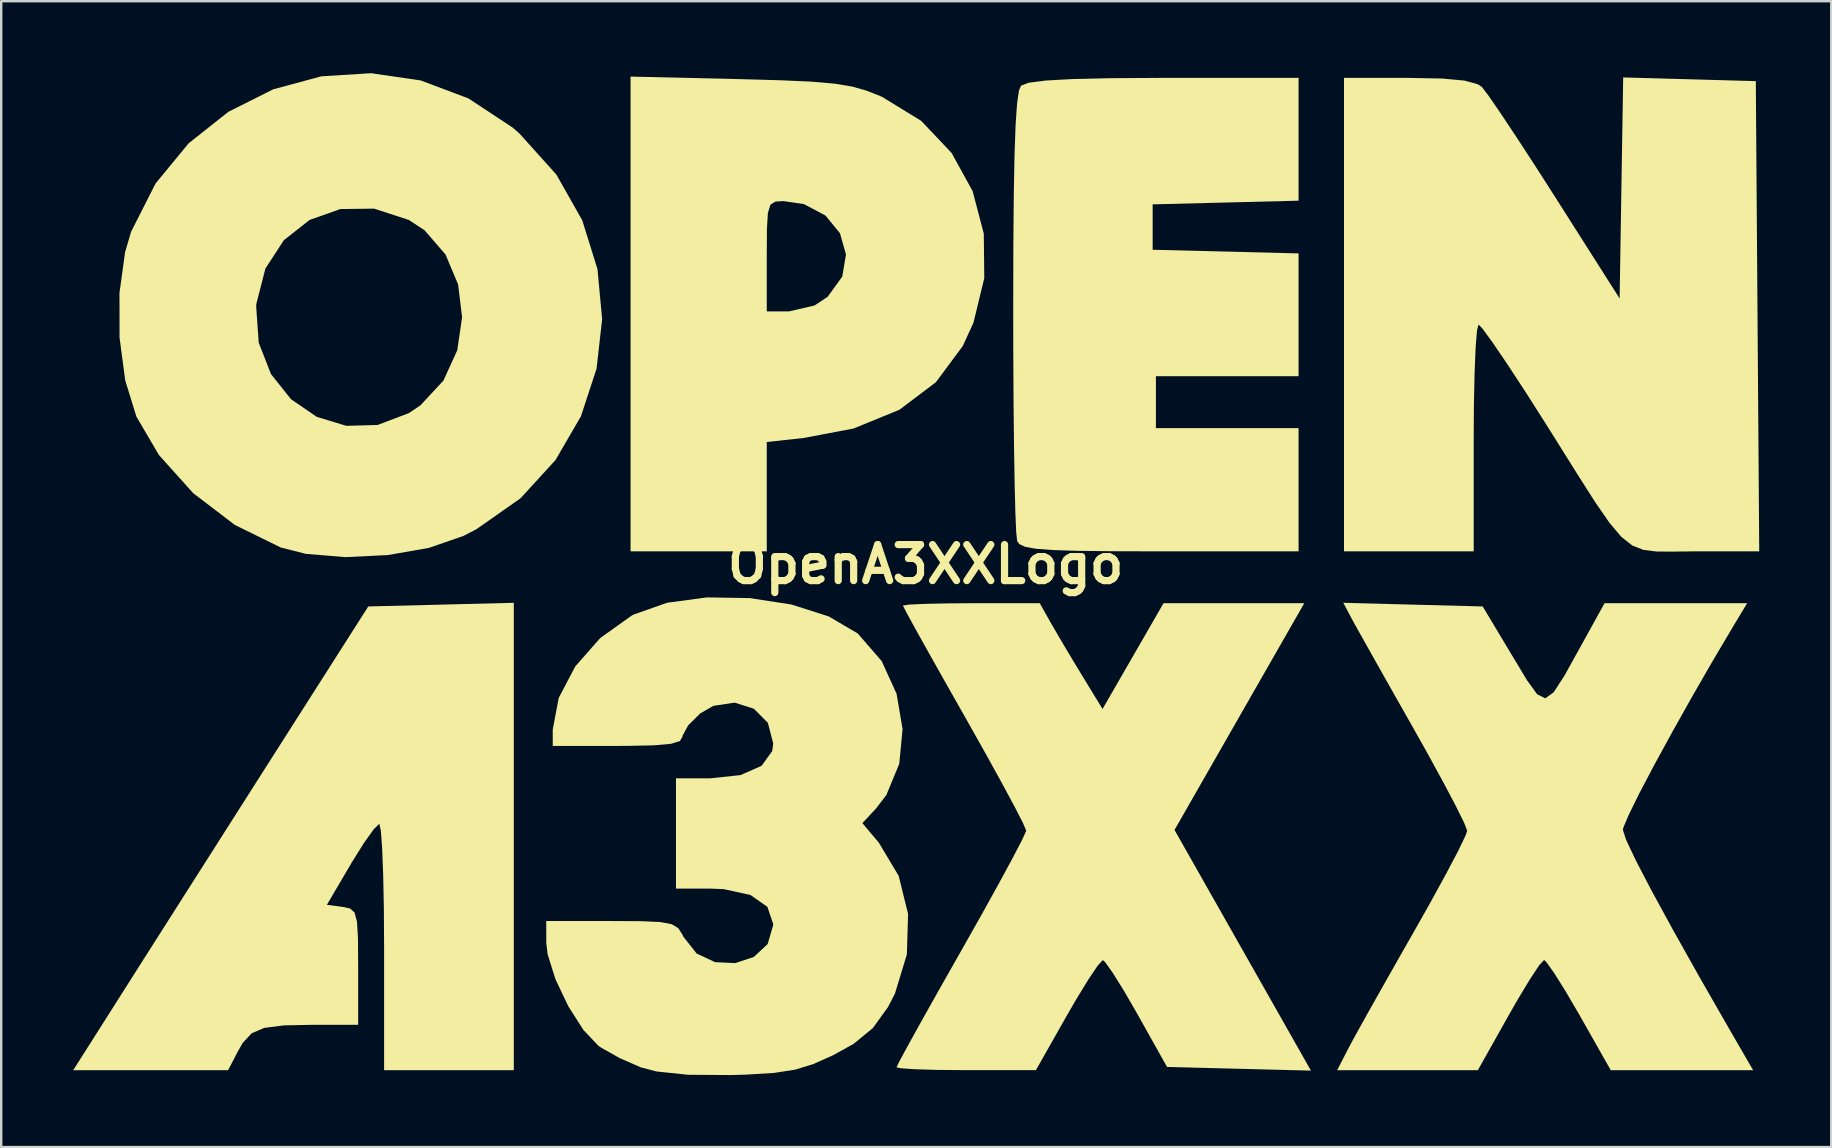
<source format=kicad_pcb>
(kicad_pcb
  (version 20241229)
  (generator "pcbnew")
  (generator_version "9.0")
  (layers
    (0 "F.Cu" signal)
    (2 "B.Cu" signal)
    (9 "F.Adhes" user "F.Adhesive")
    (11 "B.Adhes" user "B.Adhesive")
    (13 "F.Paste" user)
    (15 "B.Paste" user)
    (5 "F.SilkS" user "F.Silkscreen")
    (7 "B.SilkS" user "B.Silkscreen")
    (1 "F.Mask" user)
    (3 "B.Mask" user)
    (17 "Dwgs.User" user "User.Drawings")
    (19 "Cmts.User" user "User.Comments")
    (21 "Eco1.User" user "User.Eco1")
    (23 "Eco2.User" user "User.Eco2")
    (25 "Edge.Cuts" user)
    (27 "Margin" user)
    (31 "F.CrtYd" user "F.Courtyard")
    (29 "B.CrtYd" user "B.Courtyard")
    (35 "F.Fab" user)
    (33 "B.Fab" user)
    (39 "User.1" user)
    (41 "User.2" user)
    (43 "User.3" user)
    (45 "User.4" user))
  (footprint "OpenA3XXLogo"
    (layer "F.Cu")
    (at 35.516 20.461)
    (property "Reference" "OpenA3XXLogo" (at 0 0 0) (layer "F.SilkS") (effects (font (size 1.5 1.5) (thickness 0.3))))
    (attr board_only exclude_from_pos_files exclude_from_bom)
    (fp_poly (pts (xy -17.159 11.34) (xy -17.159 21.077) (xy -19.861 21.077) (xy -22.563 21.077) (xy -22.563 15.943) (xy -22.573 14.344) (xy -22.601 12.95) (xy -22.644 11.841) (xy -22.698 11.102) (xy -22.761 10.815) (xy -22.765 10.814) (xy -22.991 11.033) (xy -23.398 11.604) (xy -23.903 12.41) (xy -23.957 12.503) (xy -24.947 14.186) (xy -24.295 14.272) (xy -23.986 14.338) (xy -23.794 14.508) (xy -23.692 14.892) (xy -23.651 15.596) (xy -23.644 16.73) (xy -23.644 16.771) (xy -23.644 19.185) (xy -25.513 19.185) (xy -26.742 19.21) (xy -27.557 19.314) (xy -28.085 19.541) (xy -28.452 19.937) (xy -28.659 20.299) (xy -29.062 21.077) (xy -32.289 21.077) (xy -35.516 21.077) (xy -33.501 17.902) (xy -32.799 16.795) (xy -31.87 15.335) (xy -30.78 13.621) (xy -29.592 11.755) (xy -28.372 9.838) (xy -27.355 8.241) (xy -23.223 1.756) (xy -20.191 1.68) (xy -17.159 1.604)) (stroke (width 0) (type solid)) (fill yes) (layer "F.SilkS"))
    (fp_poly (pts (xy 31.824 -20.208) (xy 34.587 -20.131) (xy 34.658 -10.336) (xy 34.729 -0.54) (xy 32.043 -0.54) (xy 31.148 -0.53) (xy 30.456 -0.532) (xy 29.905 -0.601) (xy 29.435 -0.786) (xy 28.986 -1.142) (xy 28.497 -1.72) (xy 27.906 -2.572) (xy 27.155 -3.751) (xy 26.181 -5.308) (xy 25.805 -5.905) (xy 24.969 -7.217) (xy 24.223 -8.355) (xy 23.619 -9.244) (xy 23.204 -9.813) (xy 23.036 -9.99) (xy 22.97 -9.737) (xy 22.913 -9.03) (xy 22.869 -7.954) (xy 22.841 -6.598) (xy 22.833 -5.269) (xy 22.833 -0.54) (xy 20.131 -0.54) (xy 17.429 -0.54) (xy 17.429 -10.403) (xy 17.429 -20.266) (xy 20.112 -20.266) (xy 21.517 -20.239) (xy 22.459 -20.152) (xy 23.015 -19.996) (xy 23.176 -19.885) (xy 23.438 -19.542) (xy 23.934 -18.822) (xy 24.611 -17.804) (xy 25.415 -16.57) (xy 26.235 -15.29) (xy 28.913 -11.076) (xy 28.987 -15.68) (xy 29.061 -20.285)) (stroke (width 0) (type solid)) (fill yes) (layer "F.SilkS"))
    (fp_poly (pts (xy -7.769 -20.215) (xy -6.047 -20.167) (xy -4.761 -20.109) (xy -3.807 -20.027) (xy -3.08 -19.908) (xy -2.475 -19.739) (xy -1.889 -19.507) (xy -1.814 -19.474) (xy -0.186 -18.476) (xy 1.081 -17.138) (xy 1.959 -15.543) (xy 2.422 -13.776) (xy 2.442 -11.922) (xy 1.991 -10.064) (xy 1.546 -9.095) (xy 0.427 -7.587) (xy -1.092 -6.44) (xy -3.007 -5.657) (xy -5.066 -5.266) (xy -6.62 -5.095) (xy -6.62 -2.818) (xy -6.62 -0.54) (xy -9.457 -0.54) (xy -12.295 -0.54) (xy -12.295 -10.43) (xy -12.295 -12.835) (xy -6.62 -12.835) (xy -6.62 -10.538) (xy -5.69 -10.538) (xy -4.628 -10.784) (xy -4.083 -11.146) (xy -3.474 -11.99) (xy -3.32 -12.909) (xy -3.57 -13.793) (xy -4.173 -14.53) (xy -5.075 -15.009) (xy -5.931 -15.132) (xy -6.265 -15.112) (xy -6.468 -14.982) (xy -6.574 -14.634) (xy -6.614 -13.962) (xy -6.62 -12.858) (xy -6.62 -12.835) (xy -12.295 -12.835) (xy -12.295 -20.32)) (stroke (width 0) (type solid)) (fill yes) (layer "F.SilkS"))
    (fp_poly (pts (xy 15.537 -17.708) (xy 15.537 -15.15) (xy 12.497 -15.073) (xy 9.457 -14.997) (xy 9.457 -14.051) (xy 9.457 -13.105) (xy 12.497 -13.029) (xy 15.537 -12.953) (xy 15.537 -10.394) (xy 15.537 -7.836) (xy 12.565 -7.836) (xy 9.593 -7.836) (xy 9.593 -6.755) (xy 9.593 -5.674) (xy 12.565 -5.674) (xy 15.537 -5.674) (xy 15.537 -3.107) (xy 15.537 -0.54) (xy 9.757 -0.54) (xy 7.82 -0.545) (xy 6.357 -0.561) (xy 5.301 -0.594) (xy 4.585 -0.649) (xy 4.141 -0.73) (xy 3.903 -0.842) (xy 3.812 -0.968) (xy 3.773 -1.332) (xy 3.737 -2.171) (xy 3.706 -3.417) (xy 3.68 -5.005) (xy 3.661 -6.868) (xy 3.65 -8.941) (xy 3.648 -10.506) (xy 3.653 -13.178) (xy 3.671 -15.346) (xy 3.702 -17.049) (xy 3.748 -18.323) (xy 3.809 -19.207) (xy 3.888 -19.738) (xy 3.972 -19.942) (xy 4.288 -20.063) (xy 4.986 -20.154) (xy 6.105 -20.217) (xy 7.685 -20.253) (xy 9.763 -20.266) (xy 9.917 -20.266) (xy 15.537 -20.266)) (stroke (width 0) (type solid)) (fill yes) (layer "F.SilkS"))
    (fp_poly (pts (xy -21.039 -20.16) (xy -19.048 -19.41) (xy -17.205 -18.194) (xy -16.925 -17.95) (xy -15.387 -16.239) (xy -14.307 -14.332) (xy -13.674 -12.301) (xy -13.479 -10.216) (xy -13.712 -8.148) (xy -14.362 -6.168) (xy -15.421 -4.346) (xy -16.878 -2.752) (xy -18.724 -1.458) (xy -19.262 -1.181) (xy -20.698 -0.684) (xy -22.402 -0.386) (xy -24.177 -0.299) (xy -25.822 -0.436) (xy -26.865 -0.699) (xy -28.782 -1.64) (xy -30.516 -2.963) (xy -31.947 -4.556) (xy -32.884 -6.156) (xy -33.348 -7.658) (xy -33.585 -9.443) (xy -33.587 -10.752) (xy -27.894 -10.752) (xy -27.787 -9.233) (xy -27.276 -7.926) (xy -26.444 -6.88) (xy -25.372 -6.145) (xy -24.142 -5.77) (xy -22.835 -5.805) (xy -21.534 -6.298) (xy -21.05 -6.622) (xy -20.092 -7.654) (xy -19.516 -8.915) (xy -19.314 -10.288) (xy -19.479 -11.658) (xy -20.004 -12.908) (xy -20.881 -13.921) (xy -21.537 -14.349) (xy -22.98 -14.819) (xy -24.388 -14.801) (xy -25.67 -14.346) (xy -26.74 -13.503) (xy -27.508 -12.322) (xy -27.885 -10.855) (xy -27.894 -10.752) (xy -33.587 -10.752) (xy -33.589 -11.297) (xy -33.354 -13.008) (xy -33.104 -13.857) (xy -32.084 -15.868) (xy -30.709 -17.539) (xy -29.052 -18.852) (xy -27.185 -19.789) (xy -25.18 -20.331) (xy -23.107 -20.461)) (stroke (width 0) (type solid)) (fill yes) (layer "F.SilkS"))
    (fp_poly (pts (xy 5.214 2.438) (xy 5.617 3.133) (xy 6.159 4.042) (xy 6.522 4.64) (xy 7.369 6.027) (xy 8.64 3.824) (xy 9.91 1.621) (xy 12.842 1.621) (xy 15.774 1.621) (xy 13.071 6.344) (xy 10.368 11.067) (xy 13.21 16.081) (xy 16.052 21.094) (xy 13.054 21.018) (xy 10.056 20.941) (xy 8.811 18.719) (xy 8.254 17.756) (xy 7.783 17.002) (xy 7.466 16.561) (xy 7.381 16.49) (xy 7.178 16.707) (xy 6.78 17.296) (xy 6.255 18.156) (xy 5.895 18.778) (xy 4.594 21.073) (xy 1.689 21.075) (xy 0.509 21.065) (xy -0.44 21.037) (xy -1.049 20.996) (xy -1.216 20.956) (xy -1.088 20.695) (xy -0.732 20.038) (xy -0.188 19.056) (xy 0.505 17.821) (xy 1.307 16.406) (xy 1.486 16.091) (xy 2.307 14.638) (xy 3.027 13.339) (xy 3.607 12.27) (xy 4.006 11.505) (xy 4.183 11.119) (xy 4.188 11.094) (xy 4.06 10.79) (xy 3.704 10.095) (xy 3.16 9.085) (xy 2.471 7.837) (xy 1.678 6.429) (xy 1.621 6.329) (xy 0.825 4.924) (xy 0.129 3.687) (xy -0.426 2.693) (xy -0.797 2.014) (xy -0.945 1.724) (xy -0.946 1.719) (xy -0.694 1.679) (xy -0.013 1.647) (xy 0.985 1.627) (xy 1.904 1.621) (xy 4.754 1.621)) (stroke (width 0) (type solid)) (fill yes) (layer "F.SilkS"))
    (fp_poly (pts (xy 20.304 1.68) (xy 23.208 1.756) (xy 24.468 3.857) (xy 25.057 4.835) (xy 25.477 5.415) (xy 25.817 5.584) (xy 26.166 5.331) (xy 26.613 4.64) (xy 27.246 3.5) (xy 27.276 3.445) (xy 28.284 1.621) (xy 31.255 1.621) (xy 34.226 1.621) (xy 33.696 2.499) (xy 32.815 3.985) (xy 31.935 5.51) (xy 31.101 6.996) (xy 30.354 8.364) (xy 29.737 9.535) (xy 29.295 10.43) (xy 29.068 10.97) (xy 29.048 11.067) (xy 29.186 11.487) (xy 29.588 12.337) (xy 30.238 13.584) (xy 31.118 15.198) (xy 32.211 17.146) (xy 33.501 19.396) (xy 33.809 19.928) (xy 34.475 21.077) (xy 31.509 21.077) (xy 28.543 21.077) (xy 27.242 18.782) (xy 26.671 17.804) (xy 26.188 17.033) (xy 25.86 16.571) (xy 25.763 16.485) (xy 25.563 16.704) (xy 25.171 17.297) (xy 24.651 18.159) (xy 24.296 18.78) (xy 23.006 21.077) (xy 20.076 21.077) (xy 17.145 21.077) (xy 17.595 20.198) (xy 17.88 19.669) (xy 18.378 18.773) (xy 19.033 17.609) (xy 19.787 16.279) (xy 20.304 15.373) (xy 21.054 14.044) (xy 21.698 12.867) (xy 22.193 11.926) (xy 22.492 11.305) (xy 22.563 11.102) (xy 22.435 10.77) (xy 22.081 10.054) (xy 21.545 9.04) (xy 20.872 7.811) (xy 20.308 6.808) (xy 19.535 5.444) (xy 18.836 4.206) (xy 18.263 3.186) (xy 17.868 2.479) (xy 17.727 2.22) (xy 17.4 1.603)) (stroke (width 0) (type solid)) (fill yes) (layer "F.SilkS"))
    (fp_poly (pts (xy -7.333 1.407) (xy -5.594 1.675) (xy -4.046 2.168) (xy -2.842 2.874) (xy -2.817 2.896) (xy -1.833 4.03) (xy -1.211 5.395) (xy -0.962 6.865) (xy -1.1 8.313) (xy -1.638 9.613) (xy -2.08 10.188) (xy -2.637 10.783) (xy -1.95 11.599) (xy -1.123 12.982) (xy -0.732 14.572) (xy -0.782 16.249) (xy -1.281 17.89) (xy -1.572 18.45) (xy -2.2 19.321) (xy -3.003 19.981) (xy -3.85 20.449) (xy -4.673 20.818) (xy -5.435 21.053) (xy -6.312 21.19) (xy -7.479 21.261) (xy -8.106 21.279) (xy -9.898 21.268) (xy -11.213 21.13) (xy -11.874 20.956) (xy -12.749 20.573) (xy -13.526 20.135) (xy -13.63 20.063) (xy -14.259 19.402) (xy -14.89 18.411) (xy -15.421 17.294) (xy -15.75 16.251) (xy -15.807 15.759) (xy -15.807 14.862) (xy -13.1 14.862) (xy -11.865 14.868) (xy -11.062 14.904) (xy -10.579 14.994) (xy -10.306 15.161) (xy -10.134 15.429) (xy -10.092 15.519) (xy -9.542 16.215) (xy -8.777 16.575) (xy -7.936 16.616) (xy -7.159 16.358) (xy -6.584 15.822) (xy -6.35 15.026) (xy -6.35 14.993) (xy -6.594 14.272) (xy -7.296 13.778) (xy -8.417 13.533) (xy -8.977 13.511) (xy -10.403 13.511) (xy -10.403 11.214) (xy -10.403 8.917) (xy -8.977 8.917) (xy -7.713 8.782) (xy -6.835 8.394) (xy -6.393 7.781) (xy -6.35 7.467) (xy -6.574 6.605) (xy -7.156 6.019) (xy -7.958 5.763) (xy -8.843 5.896) (xy -9.394 6.213) (xy -9.895 6.71) (xy -10.13 7.146) (xy -10.133 7.18) (xy -10.237 7.362) (xy -10.607 7.478) (xy -11.326 7.542) (xy -12.48 7.565) (xy -12.835 7.566) (xy -15.537 7.566) (xy -15.537 6.882) (xy -15.288 5.567) (xy -14.6 4.256) (xy -13.56 3.073) (xy -12.256 2.141) (xy -12.16 2.09) (xy -10.77 1.601) (xy -9.11 1.378)) (stroke (width 0) (type solid)) (fill yes) (layer "F.SilkS")))
  (gr_rect
    (start -3 -3)
    (end 73.245 44.74)
    (stroke (width 0.1) (type default))
    (fill no)
    (layer "Edge.Cuts")))
</source>
